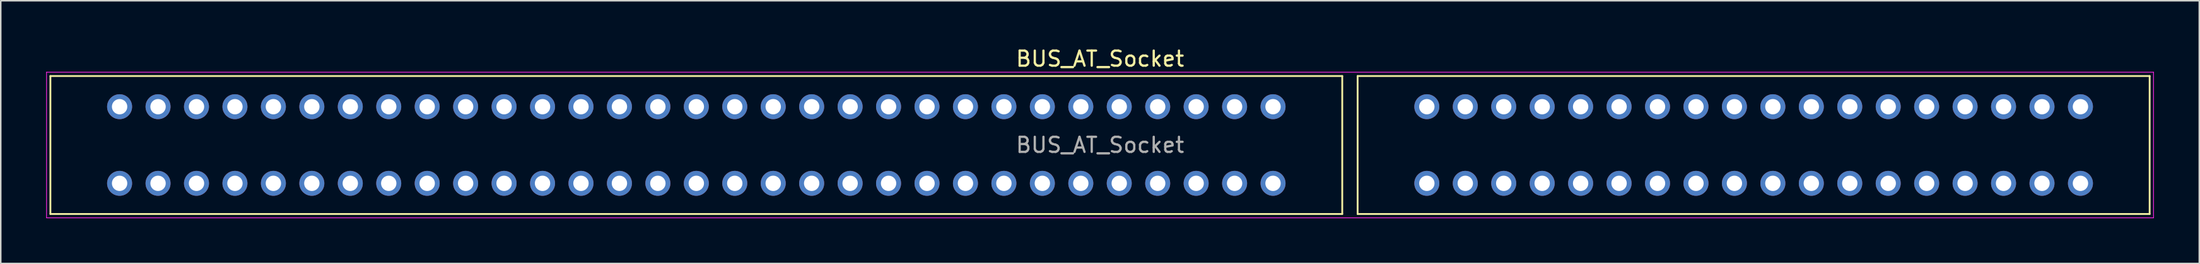
<source format=kicad_pcb>
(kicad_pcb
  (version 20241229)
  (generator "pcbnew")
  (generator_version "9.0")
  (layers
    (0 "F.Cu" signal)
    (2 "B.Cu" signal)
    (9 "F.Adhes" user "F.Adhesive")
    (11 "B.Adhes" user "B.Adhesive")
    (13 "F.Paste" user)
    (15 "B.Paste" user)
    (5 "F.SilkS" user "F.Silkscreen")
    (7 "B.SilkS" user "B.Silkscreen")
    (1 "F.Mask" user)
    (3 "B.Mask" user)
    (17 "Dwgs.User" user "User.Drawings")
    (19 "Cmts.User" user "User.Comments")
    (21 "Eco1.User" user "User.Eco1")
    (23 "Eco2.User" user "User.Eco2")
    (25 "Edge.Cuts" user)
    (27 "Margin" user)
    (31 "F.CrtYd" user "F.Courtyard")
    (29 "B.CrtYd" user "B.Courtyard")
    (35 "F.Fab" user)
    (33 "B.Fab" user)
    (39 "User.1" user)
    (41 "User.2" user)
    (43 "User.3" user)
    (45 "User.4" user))
  (footprint "BUS_AT_Socket"
    (layer "F.Cu")
    (at 4.851 9.103)
    (property "Reference" "BUS_AT_Socket" (at 64.77 -8.255 180) (layer "F.SilkS") (effects (font (size 1 1) (thickness 0.15))))
    (attr through_hole)
    (fp_line (start -4.572 -7.112) (end 80.772 -7.112) (stroke (width 0.12) (type solid)) (layer "F.SilkS"))
    (fp_line (start -4.572 2.032) (end -4.572 -7.112) (stroke (width 0.12) (type solid)) (layer "F.SilkS"))
    (fp_line (start 80.772 -7.112) (end 80.772 2.032) (stroke (width 0.12) (type solid)) (layer "F.SilkS"))
    (fp_line (start 80.772 2.032) (end -4.572 2.032) (stroke (width 0.12) (type solid)) (layer "F.SilkS"))
    (fp_line (start 81.788 -7.112) (end 134.112 -7.112) (stroke (width 0.12) (type solid)) (layer "F.SilkS"))
    (fp_line (start 81.788 2.032) (end 81.788 -7.112) (stroke (width 0.12) (type solid)) (layer "F.SilkS"))
    (fp_line (start 134.112 2.032) (end 81.788 2.032) (stroke (width 0.12) (type solid)) (layer "F.SilkS"))
    (fp_line (start 134.112 2.032) (end 134.112 -7.112) (stroke (width 0.12) (type solid)) (layer "F.SilkS"))
    (fp_line (start -4.826 -7.366) (end 134.366 -7.366) (stroke (width 0.05) (type solid)) (layer "F.CrtYd"))
    (fp_line (start -4.826 2.286) (end -4.826 -7.366) (stroke (width 0.05) (type solid)) (layer "F.CrtYd"))
    (fp_line (start 134.366 -7.366) (end 134.366 2.286) (stroke (width 0.05) (type solid)) (layer "F.CrtYd"))
    (fp_line (start 134.366 2.286) (end -4.826 2.286) (stroke (width 0.05) (type solid)) (layer "F.CrtYd"))
    (fp_text user "${REFERENCE}" (at 64.77 -2.54 0) (layer "F.Fab") (effects (font (size 1 1) (thickness 0.15))))
    (pad "1" thru_hole circle (at 0 0) (size 1.651 1.651) (drill 1.016) (layers "*.Cu" "*.Mask"))
    (pad "2" thru_hole circle (at 2.54 0) (size 1.651 1.651) (drill 1.016) (layers "*.Cu" "*.Mask"))
    (pad "3" thru_hole circle (at 5.08 0) (size 1.651 1.651) (drill 1.016) (layers "*.Cu" "*.Mask"))
    (pad "4" thru_hole circle (at 7.62 0) (size 1.651 1.651) (drill 1.016) (layers "*.Cu" "*.Mask"))
    (pad "5" thru_hole circle (at 10.16 0) (size 1.651 1.651) (drill 1.016) (layers "*.Cu" "*.Mask"))
    (pad "6" thru_hole circle (at 12.7 0) (size 1.651 1.651) (drill 1.016) (layers "*.Cu" "*.Mask"))
    (pad "7" thru_hole circle (at 15.24 0) (size 1.651 1.651) (drill 1.016) (layers "*.Cu" "*.Mask"))
    (pad "8" thru_hole circle (at 17.78 0) (size 1.651 1.651) (drill 1.016) (layers "*.Cu" "*.Mask"))
    (pad "9" thru_hole circle (at 20.32 0) (size 1.651 1.651) (drill 1.016) (layers "*.Cu" "*.Mask"))
    (pad "10" thru_hole circle (at 22.86 0) (size 1.651 1.651) (drill 1.016) (layers "*.Cu" "*.Mask"))
    (pad "11" thru_hole circle (at 25.4 0) (size 1.651 1.651) (drill 1.016) (layers "*.Cu" "*.Mask"))
    (pad "12" thru_hole circle (at 27.94 0) (size 1.651 1.651) (drill 1.016) (layers "*.Cu" "*.Mask"))
    (pad "13" thru_hole circle (at 30.48 0) (size 1.651 1.651) (drill 1.016) (layers "*.Cu" "*.Mask"))
    (pad "14" thru_hole circle (at 33.02 0) (size 1.651 1.651) (drill 1.016) (layers "*.Cu" "*.Mask"))
    (pad "15" thru_hole circle (at 35.56 0) (size 1.651 1.651) (drill 1.016) (layers "*.Cu" "*.Mask"))
    (pad "16" thru_hole circle (at 38.1 0) (size 1.651 1.651) (drill 1.016) (layers "*.Cu" "*.Mask"))
    (pad "17" thru_hole circle (at 40.64 0) (size 1.651 1.651) (drill 1.016) (layers "*.Cu" "*.Mask"))
    (pad "18" thru_hole circle (at 43.18 0) (size 1.651 1.651) (drill 1.016) (layers "*.Cu" "*.Mask"))
    (pad "19" thru_hole circle (at 45.72 0) (size 1.651 1.651) (drill 1.016) (layers "*.Cu" "*.Mask"))
    (pad "20" thru_hole circle (at 48.26 0) (size 1.651 1.651) (drill 1.016) (layers "*.Cu" "*.Mask"))
    (pad "21" thru_hole circle (at 50.8 0) (size 1.651 1.651) (drill 1.016) (layers "*.Cu" "*.Mask"))
    (pad "22" thru_hole circle (at 53.34 0) (size 1.651 1.651) (drill 1.016) (layers "*.Cu" "*.Mask"))
    (pad "23" thru_hole circle (at 55.88 0) (size 1.651 1.651) (drill 1.016) (layers "*.Cu" "*.Mask"))
    (pad "24" thru_hole circle (at 58.42 0) (size 1.651 1.651) (drill 1.016) (layers "*.Cu" "*.Mask"))
    (pad "25" thru_hole circle (at 60.96 0) (size 1.651 1.651) (drill 1.016) (layers "*.Cu" "*.Mask"))
    (pad "26" thru_hole circle (at 63.5 0) (size 1.651 1.651) (drill 1.016) (layers "*.Cu" "*.Mask"))
    (pad "27" thru_hole circle (at 66.04 0) (size 1.651 1.651) (drill 1.016) (layers "*.Cu" "*.Mask"))
    (pad "28" thru_hole circle (at 68.58 0) (size 1.651 1.651) (drill 1.016) (layers "*.Cu" "*.Mask"))
    (pad "29" thru_hole circle (at 71.12 0) (size 1.651 1.651) (drill 1.016) (layers "*.Cu" "*.Mask"))
    (pad "30" thru_hole circle (at 73.66 0) (size 1.651 1.651) (drill 1.016) (layers "*.Cu" "*.Mask"))
    (pad "31" thru_hole circle (at 76.2 0) (size 1.651 1.651) (drill 1.016) (layers "*.Cu" "*.Mask"))
    (pad "32" thru_hole circle (at 0 -5.08) (size 1.651 1.651) (drill 1.016) (layers "*.Cu" "*.Mask"))
    (pad "33" thru_hole circle (at 2.54 -5.08) (size 1.651 1.651) (drill 1.016) (layers "*.Cu" "*.Mask"))
    (pad "34" thru_hole circle (at 5.08 -5.08) (size 1.651 1.651) (drill 1.016) (layers "*.Cu" "*.Mask"))
    (pad "35" thru_hole circle (at 7.62 -5.08) (size 1.651 1.651) (drill 1.016) (layers "*.Cu" "*.Mask"))
    (pad "36" thru_hole circle (at 10.16 -5.08) (size 1.651 1.651) (drill 1.016) (layers "*.Cu" "*.Mask"))
    (pad "37" thru_hole circle (at 12.7 -5.08) (size 1.651 1.651) (drill 1.016) (layers "*.Cu" "*.Mask"))
    (pad "38" thru_hole circle (at 15.24 -5.08) (size 1.651 1.651) (drill 1.016) (layers "*.Cu" "*.Mask"))
    (pad "39" thru_hole circle (at 17.78 -5.08) (size 1.651 1.651) (drill 1.016) (layers "*.Cu" "*.Mask"))
    (pad "40" thru_hole circle (at 20.32 -5.08) (size 1.651 1.651) (drill 1.016) (layers "*.Cu" "*.Mask"))
    (pad "41" thru_hole circle (at 22.86 -5.08) (size 1.651 1.651) (drill 1.016) (layers "*.Cu" "*.Mask"))
    (pad "42" thru_hole circle (at 25.4 -5.08) (size 1.651 1.651) (drill 1.016) (layers "*.Cu" "*.Mask"))
    (pad "43" thru_hole circle (at 27.94 -5.08) (size 1.651 1.651) (drill 1.016) (layers "*.Cu" "*.Mask"))
    (pad "44" thru_hole circle (at 30.48 -5.08) (size 1.651 1.651) (drill 1.016) (layers "*.Cu" "*.Mask"))
    (pad "45" thru_hole circle (at 33.02 -5.08) (size 1.651 1.651) (drill 1.016) (layers "*.Cu" "*.Mask"))
    (pad "46" thru_hole circle (at 35.56 -5.08) (size 1.651 1.651) (drill 1.016) (layers "*.Cu" "*.Mask"))
    (pad "47" thru_hole circle (at 38.1 -5.08) (size 1.651 1.651) (drill 1.016) (layers "*.Cu" "*.Mask"))
    (pad "48" thru_hole circle (at 40.64 -5.08) (size 1.651 1.651) (drill 1.016) (layers "*.Cu" "*.Mask"))
    (pad "49" thru_hole circle (at 43.18 -5.08) (size 1.651 1.651) (drill 1.016) (layers "*.Cu" "*.Mask"))
    (pad "50" thru_hole circle (at 45.72 -5.08) (size 1.651 1.651) (drill 1.016) (layers "*.Cu" "*.Mask"))
    (pad "51" thru_hole circle (at 48.26 -5.08) (size 1.651 1.651) (drill 1.016) (layers "*.Cu" "*.Mask"))
    (pad "52" thru_hole circle (at 50.8 -5.08) (size 1.651 1.651) (drill 1.016) (layers "*.Cu" "*.Mask"))
    (pad "53" thru_hole circle (at 53.34 -5.08) (size 1.651 1.651) (drill 1.016) (layers "*.Cu" "*.Mask"))
    (pad "54" thru_hole circle (at 55.88 -5.08) (size 1.651 1.651) (drill 1.016) (layers "*.Cu" "*.Mask"))
    (pad "55" thru_hole circle (at 58.42 -5.08) (size 1.651 1.651) (drill 1.016) (layers "*.Cu" "*.Mask"))
    (pad "56" thru_hole circle (at 60.96 -5.08) (size 1.651 1.651) (drill 1.016) (layers "*.Cu" "*.Mask"))
    (pad "57" thru_hole circle (at 63.5 -5.08) (size 1.651 1.651) (drill 1.016) (layers "*.Cu" "*.Mask"))
    (pad "58" thru_hole circle (at 66.04 -5.08) (size 1.651 1.651) (drill 1.016) (layers "*.Cu" "*.Mask"))
    (pad "59" thru_hole circle (at 68.58 -5.08) (size 1.651 1.651) (drill 1.016) (layers "*.Cu" "*.Mask"))
    (pad "60" thru_hole circle (at 71.12 -5.08) (size 1.651 1.651) (drill 1.016) (layers "*.Cu" "*.Mask"))
    (pad "61" thru_hole circle (at 73.66 -5.08) (size 1.651 1.651) (drill 1.016) (layers "*.Cu" "*.Mask"))
    (pad "62" thru_hole circle (at 76.2 -5.08) (size 1.651 1.651) (drill 1.016) (layers "*.Cu" "*.Mask"))
    (pad "63" thru_hole circle (at 86.36 0) (size 1.651 1.651) (drill 1.016) (layers "*.Cu" "*.Mask"))
    (pad "64" thru_hole circle (at 88.9 0) (size 1.651 1.651) (drill 1.016) (layers "*.Cu" "*.Mask"))
    (pad "65" thru_hole circle (at 91.44 0) (size 1.651 1.651) (drill 1.016) (layers "*.Cu" "*.Mask"))
    (pad "66" thru_hole circle (at 93.98 0) (size 1.651 1.651) (drill 1.016) (layers "*.Cu" "*.Mask"))
    (pad "67" thru_hole circle (at 96.52 0) (size 1.651 1.651) (drill 1.016) (layers "*.Cu" "*.Mask"))
    (pad "68" thru_hole circle (at 99.06 0) (size 1.651 1.651) (drill 1.016) (layers "*.Cu" "*.Mask"))
    (pad "69" thru_hole circle (at 101.6 0) (size 1.651 1.651) (drill 1.016) (layers "*.Cu" "*.Mask"))
    (pad "70" thru_hole circle (at 104.14 0) (size 1.651 1.651) (drill 1.016) (layers "*.Cu" "*.Mask"))
    (pad "71" thru_hole circle (at 106.68 0) (size 1.651 1.651) (drill 1.016) (layers "*.Cu" "*.Mask"))
    (pad "72" thru_hole circle (at 109.22 0) (size 1.651 1.651) (drill 1.016) (layers "*.Cu" "*.Mask"))
    (pad "73" thru_hole circle (at 111.76 0) (size 1.651 1.651) (drill 1.016) (layers "*.Cu" "*.Mask"))
    (pad "74" thru_hole circle (at 114.3 0) (size 1.651 1.651) (drill 1.016) (layers "*.Cu" "*.Mask"))
    (pad "75" thru_hole circle (at 116.84 0) (size 1.651 1.651) (drill 1.016) (layers "*.Cu" "*.Mask"))
    (pad "76" thru_hole circle (at 119.38 0) (size 1.651 1.651) (drill 1.016) (layers "*.Cu" "*.Mask"))
    (pad "77" thru_hole circle (at 121.92 0) (size 1.651 1.651) (drill 1.016) (layers "*.Cu" "*.Mask"))
    (pad "78" thru_hole circle (at 124.46 0) (size 1.651 1.651) (drill 1.016) (layers "*.Cu" "*.Mask"))
    (pad "79" thru_hole circle (at 127 0) (size 1.651 1.651) (drill 1.016) (layers "*.Cu" "*.Mask"))
    (pad "80" thru_hole circle (at 129.54 0) (size 1.651 1.651) (drill 1.016) (layers "*.Cu" "*.Mask"))
    (pad "81" thru_hole circle (at 86.36 -5.08) (size 1.651 1.651) (drill 1.016) (layers "*.Cu" "*.Mask"))
    (pad "82" thru_hole circle (at 88.9 -5.08) (size 1.651 1.651) (drill 1.016) (layers "*.Cu" "*.Mask"))
    (pad "83" thru_hole circle (at 91.44 -5.08) (size 1.651 1.651) (drill 1.016) (layers "*.Cu" "*.Mask"))
    (pad "84" thru_hole circle (at 93.98 -5.08) (size 1.651 1.651) (drill 1.016) (layers "*.Cu" "*.Mask"))
    (pad "85" thru_hole circle (at 96.52 -5.08) (size 1.651 1.651) (drill 1.016) (layers "*.Cu" "*.Mask"))
    (pad "86" thru_hole circle (at 99.06 -5.08) (size 1.651 1.651) (drill 1.016) (layers "*.Cu" "*.Mask"))
    (pad "87" thru_hole circle (at 101.6 -5.08) (size 1.651 1.651) (drill 1.016) (layers "*.Cu" "*.Mask"))
    (pad "88" thru_hole circle (at 104.14 -5.08) (size 1.651 1.651) (drill 1.016) (layers "*.Cu" "*.Mask"))
    (pad "89" thru_hole circle (at 106.68 -5.08) (size 1.651 1.651) (drill 1.016) (layers "*.Cu" "*.Mask"))
    (pad "90" thru_hole circle (at 109.22 -5.08) (size 1.651 1.651) (drill 1.016) (layers "*.Cu" "*.Mask"))
    (pad "91" thru_hole circle (at 111.76 -5.08) (size 1.651 1.651) (drill 1.016) (layers "*.Cu" "*.Mask"))
    (pad "92" thru_hole circle (at 114.3 -5.08) (size 1.651 1.651) (drill 1.016) (layers "*.Cu" "*.Mask"))
    (pad "93" thru_hole circle (at 116.84 -5.08) (size 1.651 1.651) (drill 1.016) (layers "*.Cu" "*.Mask"))
    (pad "94" thru_hole circle (at 119.38 -5.08) (size 1.651 1.651) (drill 1.016) (layers "*.Cu" "*.Mask"))
    (pad "95" thru_hole circle (at 121.92 -5.08) (size 1.651 1.651) (drill 1.016) (layers "*.Cu" "*.Mask"))
    (pad "96" thru_hole circle (at 124.46 -5.08) (size 1.651 1.651) (drill 1.016) (layers "*.Cu" "*.Mask"))
    (pad "97" thru_hole circle (at 127 -5.08) (size 1.651 1.651) (drill 1.016) (layers "*.Cu" "*.Mask"))
    (pad "98" thru_hole circle (at 129.54 -5.08) (size 1.651 1.651) (drill 1.016) (layers "*.Cu" "*.Mask")))
  (gr_rect
    (start -3 -3)
    (end 142.242 14.414)
    (stroke (width 0.1) (type default))
    (fill no)
    (layer "Edge.Cuts")))
</source>
